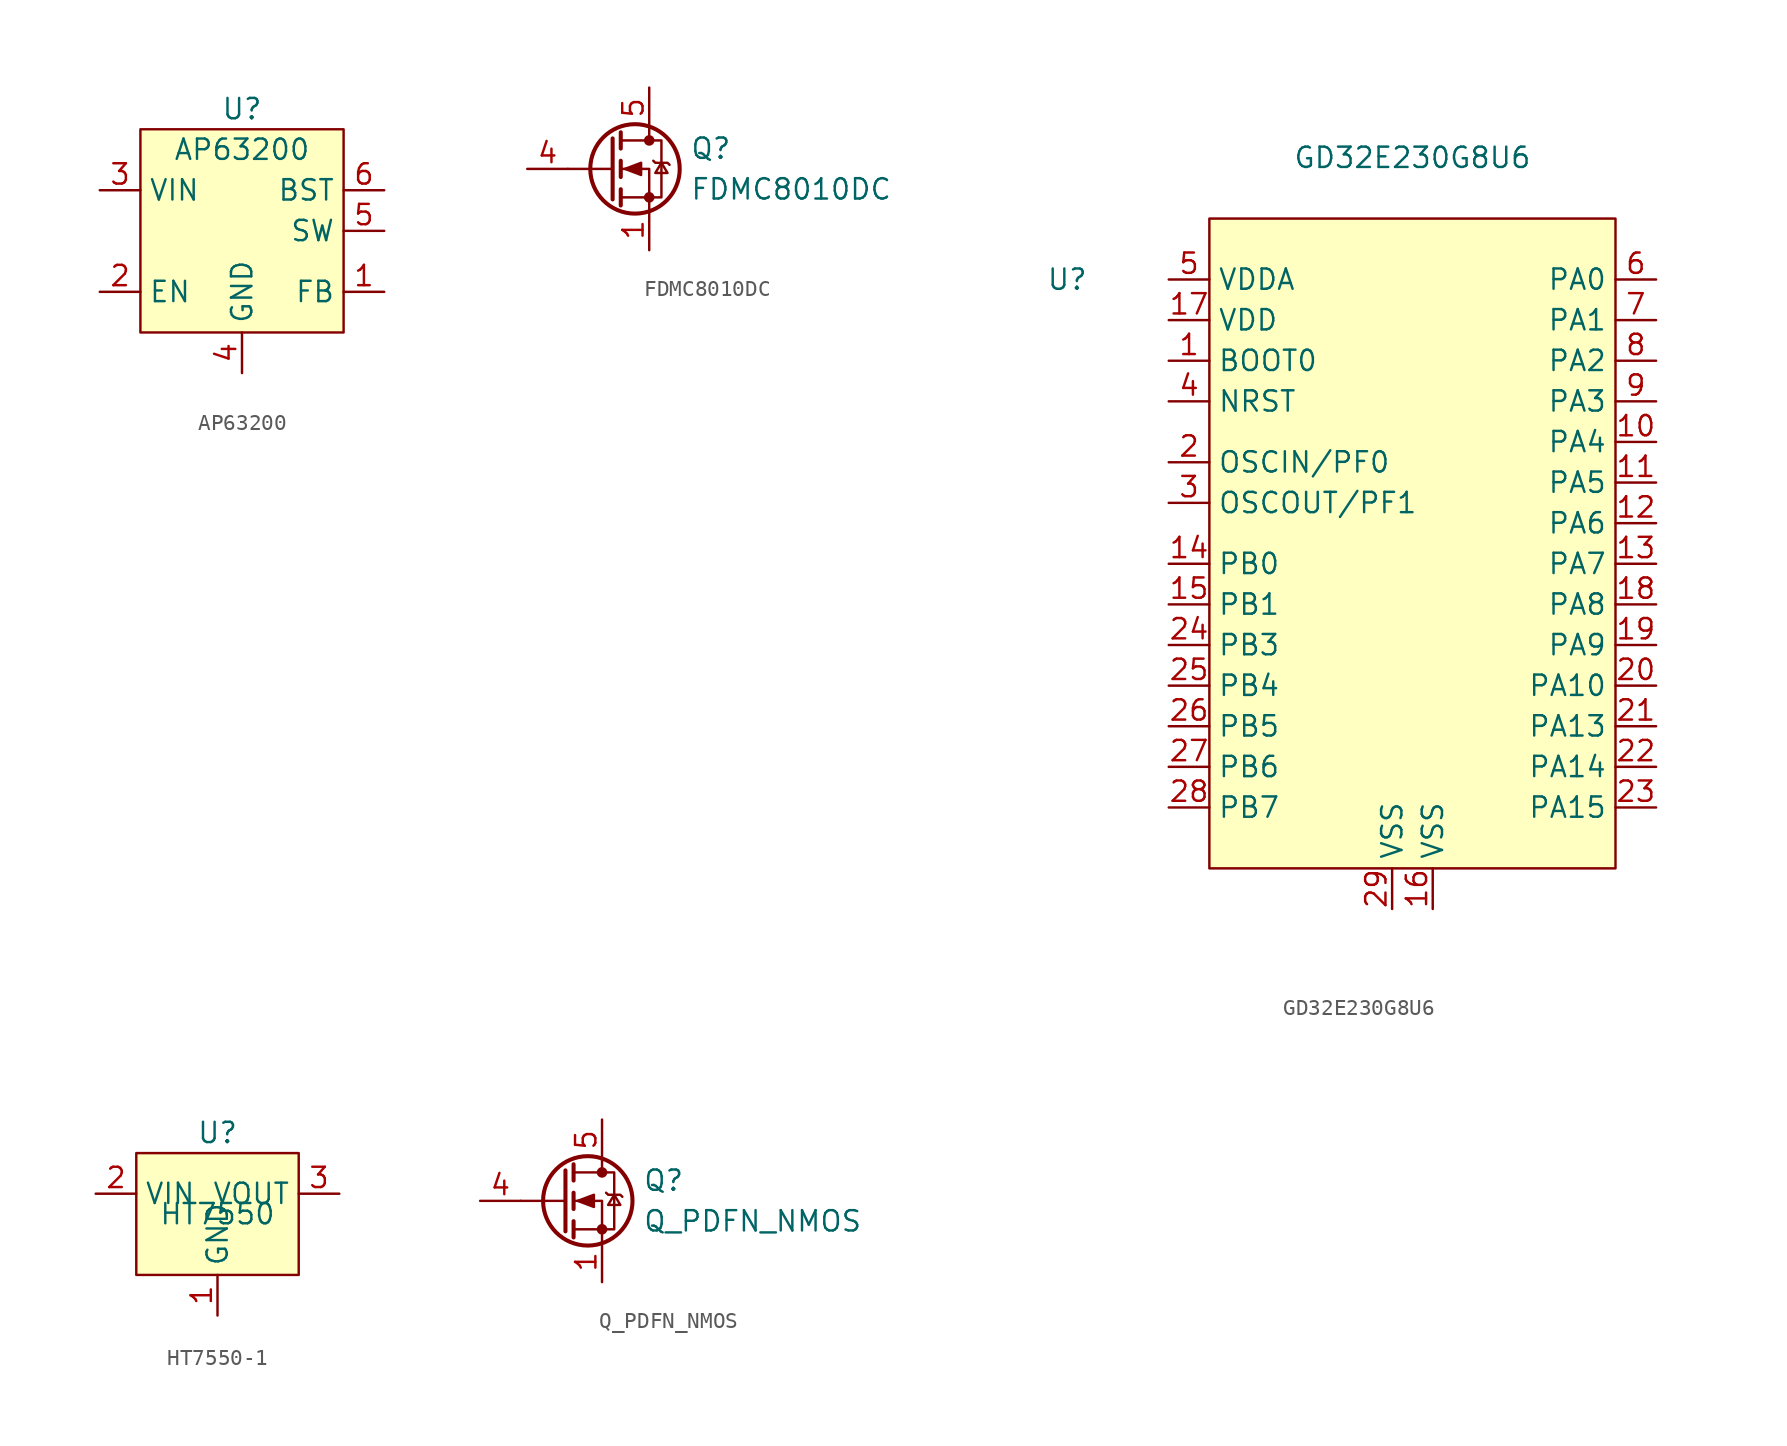
<source format=kicad_sym>
(kicad_symbol_lib
  (version 20220914)
  (generator kicad_symbol_editor)
  (symbol "AP63200"
    (property "Reference" "U"
      (at 0 6.35 0)
      (effects (font (size 1.27 1.27))))
    (property "Value" "AP63200"
      (at 0 3.81 0)
      (effects (font (size 1.27 1.27))))
    (symbol "AP63200_1_0"
      (pin input line (at 8.89 -5.08 180) (length 2.54) (name "FB" (effects (font (size 1.27 1.27)))) (number "1" (effects (font (size 1.27 1.27)))))
      (pin input line (at -8.89 -5.08 0) (length 2.54) (name "EN" (effects (font (size 1.27 1.27)))) (number "2" (effects (font (size 1.27 1.27)))))
      (pin power_in line (at -8.89 1.27 0) (length 2.54) (name "VIN" (effects (font (size 1.27 1.27)))) (number "3" (effects (font (size 1.27 1.27)))))
      (pin power_in line (at 0 -10.16 90) (length 2.54) (name "GND" (effects (font (size 1.27 1.27)))) (number "4" (effects (font (size 1.27 1.27)))))
      (pin power_out line (at 8.89 -1.27 180) (length 2.54) (name "SW" (effects (font (size 1.27 1.27)))) (number "5" (effects (font (size 1.27 1.27)))))
      (pin output line (at 8.89 1.27 180) (length 2.54) (name "BST" (effects (font (size 1.27 1.27)))) (number "6" (effects (font (size 1.27 1.27))))))
    (symbol "AP63200_1_1"
      (rectangle (start -6.35 5.08) (end 6.35 -7.62) (stroke (width 0) (type default)) (fill (type background)))))
  (symbol "FDMC8010DC"
    (pin_names
      (offset 0) hide)
    (property "Reference" "Q"
      (at 5.08 1.27 0)
      (effects (font (size 1.27 1.27)) (justify left)))
    (property "Value" "FDMC8010DC"
      (at 5.08 -1.27 0)
      (effects (font (size 1.27 1.27)) (justify left)))
    (symbol "FDMC8010DC_0_1"
      (polyline (pts (xy 0.254 0) (xy -2.54 0)) (stroke (width 0) (type default)) (fill (type none)))
      (polyline (pts (xy 0.254 1.905) (xy 0.254 -1.905)) (stroke (width 0.254) (type default)) (fill (type none)))
      (polyline (pts (xy 0.762 -1.27) (xy 0.762 -2.286)) (stroke (width 0.254) (type default)) (fill (type none)))
      (polyline (pts (xy 0.762 0.508) (xy 0.762 -0.508)) (stroke (width 0.254) (type default)) (fill (type none)))
      (polyline (pts (xy 0.762 2.286) (xy 0.762 1.27)) (stroke (width 0.254) (type default)) (fill (type none)))
      (polyline (pts (xy 2.54 2.54) (xy 2.54 1.778)) (stroke (width 0) (type default)) (fill (type none)))
      (polyline (pts (xy 2.54 -2.54) (xy 2.54 0) (xy 0.762 0)) (stroke (width 0) (type default)) (fill (type none)))
      (polyline (pts (xy 0.762 -1.778) (xy 3.302 -1.778) (xy 3.302 1.778) (xy 0.762 1.778)) (stroke (width 0) (type default)) (fill (type none)))
      (polyline (pts (xy 1.016 0) (xy 2.032 0.381) (xy 2.032 -0.381) (xy 1.016 0)) (stroke (width 0) (type default)) (fill (type outline)))
      (polyline (pts (xy 2.794 0.508) (xy 2.921 0.381) (xy 3.683 0.381) (xy 3.81 0.254)) (stroke (width 0) (type default)) (fill (type none)))
      (polyline (pts (xy 3.302 0.381) (xy 2.921 -0.254) (xy 3.683 -0.254) (xy 3.302 0.381)) (stroke (width 0) (type default)) (fill (type none)))
      (circle (center 1.651 0) (radius 2.794) (stroke (width 0.254) (type default)) (fill (type none)))
      (circle (center 2.54 -1.778) (radius 0.254) (stroke (width 0) (type default)) (fill (type outline)))
      (circle (center 2.54 1.778) (radius 0.254) (stroke (width 0) (type default)) (fill (type outline))))
    (symbol "FDMC8010DC_1_1"
      (pin passive line (at 2.54 -5.08 90) (length 2.54) (name "S" (effects (font (size 1.27 1.27)))) (number "1" (effects (font (size 1.27 1.27)))) (alternate "2" passive line) (alternate "3" passive line))
      (pin passive line (at 2.54 -5.08 90) (length 2.54) hide (name "S" (effects (font (size 1.27 1.27)))) (number "2" (effects (font (size 1.27 1.27)))) (alternate "2" passive line) (alternate "3" passive line))
      (pin passive line (at 2.54 -5.08 90) (length 2.54) hide (name "S" (effects (font (size 1.27 1.27)))) (number "3" (effects (font (size 1.27 1.27)))) (alternate "2" passive line) (alternate "3" passive line))
      (pin input line (at -5.08 0 0) (length 2.54) (name "G" (effects (font (size 1.27 1.27)))) (number "4" (effects (font (size 1.27 1.27)))))
      (pin passive line (at 2.54 5.08 270) (length 2.54) (name "D" (effects (font (size 1.27 1.27)))) (number "5" (effects (font (size 1.27 1.27)))))))
  (symbol "GD32E230G8U6"
    (property "Reference" "U"
      (at -21.59 16.51 0)
      (effects (font (size 1.27 1.27))))
    (property "Value" "GD32E230G8U6"
      (at 0 24.13 0)
      (effects (font (size 1.27 1.27))))
    (symbol "GD32E230G8U6_0_0"
      (pin power_in line (at -15.24 11.43 0) (length 2.54) (name "BOOT0" (effects (font (size 1.27 1.27)))) (number "1" (effects (font (size 1.27 1.27)))))
      (pin bidirectional line (at 15.24 6.35 180) (length 2.54) (name "PA4" (effects (font (size 1.27 1.27)))) (number "10" (effects (font (size 1.27 1.27)))))
      (pin bidirectional line (at 15.24 3.81 180) (length 2.54) (name "PA5" (effects (font (size 1.27 1.27)))) (number "11" (effects (font (size 1.27 1.27)))))
      (pin bidirectional line (at 15.24 1.27 180) (length 2.54) (name "PA6" (effects (font (size 1.27 1.27)))) (number "12" (effects (font (size 1.27 1.27)))))
      (pin bidirectional line (at 15.24 -1.27 180) (length 2.54) (name "PA7" (effects (font (size 1.27 1.27)))) (number "13" (effects (font (size 1.27 1.27)))))
      (pin bidirectional line (at -15.24 -1.27 0) (length 2.54) (name "PB0" (effects (font (size 1.27 1.27)))) (number "14" (effects (font (size 1.27 1.27)))))
      (pin bidirectional line (at -15.24 -3.81 0) (length 2.54) (name "PB1" (effects (font (size 1.27 1.27)))) (number "15" (effects (font (size 1.27 1.27)))))
      (pin power_in line (at 1.27 -22.86 90) (length 2.54) (name "VSS" (effects (font (size 1.27 1.27)))) (number "16" (effects (font (size 1.27 1.27)))))
      (pin power_in line (at -15.24 13.97 0) (length 2.54) (name "VDD" (effects (font (size 1.27 1.27)))) (number "17" (effects (font (size 1.27 1.27)))))
      (pin bidirectional line (at 15.24 -3.81 180) (length 2.54) (name "PA8" (effects (font (size 1.27 1.27)))) (number "18" (effects (font (size 1.27 1.27)))))
      (pin bidirectional line (at 15.24 -6.35 180) (length 2.54) (name "PA9" (effects (font (size 1.27 1.27)))) (number "19" (effects (font (size 1.27 1.27)))))
      (pin bidirectional line (at -15.24 5.08 0) (length 2.54) (name "OSCIN/PF0" (effects (font (size 1.27 1.27)))) (number "2" (effects (font (size 1.27 1.27)))))
      (pin bidirectional line (at 15.24 -8.89 180) (length 2.54) (name "PA10" (effects (font (size 1.27 1.27)))) (number "20" (effects (font (size 1.27 1.27)))))
      (pin bidirectional line (at 15.24 -11.43 180) (length 2.54) (name "PA13" (effects (font (size 1.27 1.27)))) (number "21" (effects (font (size 1.27 1.27)))))
      (pin bidirectional line (at 15.24 -13.97 180) (length 2.54) (name "PA14" (effects (font (size 1.27 1.27)))) (number "22" (effects (font (size 1.27 1.27)))))
      (pin bidirectional line (at 15.24 -16.51 180) (length 2.54) (name "PA15" (effects (font (size 1.27 1.27)))) (number "23" (effects (font (size 1.27 1.27)))))
      (pin bidirectional line (at -15.24 -6.35 0) (length 2.54) (name "PB3" (effects (font (size 1.27 1.27)))) (number "24" (effects (font (size 1.27 1.27)))))
      (pin bidirectional line (at -15.24 -8.89 0) (length 2.54) (name "PB4" (effects (font (size 1.27 1.27)))) (number "25" (effects (font (size 1.27 1.27)))))
      (pin bidirectional line (at -15.24 -11.43 0) (length 2.54) (name "PB5" (effects (font (size 1.27 1.27)))) (number "26" (effects (font (size 1.27 1.27)))))
      (pin bidirectional line (at -15.24 -13.97 0) (length 2.54) (name "PB6" (effects (font (size 1.27 1.27)))) (number "27" (effects (font (size 1.27 1.27)))))
      (pin bidirectional line (at -15.24 -16.51 0) (length 2.54) (name "PB7" (effects (font (size 1.27 1.27)))) (number "28" (effects (font (size 1.27 1.27)))))
      (pin bidirectional line (at -1.27 -22.86 90) (length 2.54) (name "VSS" (effects (font (size 1.27 1.27)))) (number "29" (effects (font (size 1.27 1.27)))))
      (pin bidirectional line (at -15.24 2.54 0) (length 2.54) (name "OSCOUT/PF1" (effects (font (size 1.27 1.27)))) (number "3" (effects (font (size 1.27 1.27)))))
      (pin input line (at -15.24 8.89 0) (length 2.54) (name "NRST" (effects (font (size 1.27 1.27)))) (number "4" (effects (font (size 1.27 1.27)))))
      (pin power_in line (at -15.24 16.51 0) (length 2.54) (name "VDDA" (effects (font (size 1.27 1.27)))) (number "5" (effects (font (size 1.27 1.27)))))
      (pin bidirectional line (at 15.24 16.51 180) (length 2.54) (name "PA0" (effects (font (size 1.27 1.27)))) (number "6" (effects (font (size 1.27 1.27)))))
      (pin bidirectional line (at 15.24 13.97 180) (length 2.54) (name "PA1" (effects (font (size 1.27 1.27)))) (number "7" (effects (font (size 1.27 1.27)))))
      (pin bidirectional line (at 15.24 11.43 180) (length 2.54) (name "PA2" (effects (font (size 1.27 1.27)))) (number "8" (effects (font (size 1.27 1.27)))))
      (pin bidirectional line (at 15.24 8.89 180) (length 2.54) (name "PA3" (effects (font (size 1.27 1.27)))) (number "9" (effects (font (size 1.27 1.27))))))
    (symbol "GD32E230G8U6_1_1"
      (rectangle (start -12.7 20.32) (end 12.7 -20.32) (stroke (width 0) (type default)) (fill (type background)))))
  (symbol "HT7550-1"
    (property "Reference" "U"
      (at 0 5.08 0)
      (effects (font (size 1.27 1.27))))
    (property "Value" "HT7550"
      (at 0 0 0)
      (effects (font (size 1.27 1.27))))
    (symbol "HT7550-1_0_0"
      (pin power_in line (at 0 -6.35 90) (length 2.54) (name "GND" (effects (font (size 1.27 1.27)))) (number "1" (effects (font (size 1.27 1.27)))))
      (pin power_in line (at -7.62 1.27 0) (length 2.54) (name "VIN" (effects (font (size 1.27 1.27)))) (number "2" (effects (font (size 1.27 1.27)))))
      (pin power_out line (at 7.62 1.27 180) (length 2.54) (name "VOUT" (effects (font (size 1.27 1.27)))) (number "3" (effects (font (size 1.27 1.27))))))
    (symbol "HT7550-1_1_1"
      (rectangle (start -5.08 3.81) (end 5.08 -3.81) (stroke (width 0) (type default)) (fill (type background)))))
  (symbol "Q_PDFN_NMOS"
    (pin_names
      (offset 0) hide)
    (property "Reference" "Q"
      (at 5.08 1.27 0)
      (effects (font (size 1.27 1.27)) (justify left)))
    (property "Value" "Q_PDFN_NMOS"
      (at 5.08 -1.27 0)
      (effects (font (size 1.27 1.27)) (justify left)))
    (symbol "Q_PDFN_NMOS_0_1"
      (polyline (pts (xy 0.254 0) (xy -2.54 0)) (stroke (width 0) (type default)) (fill (type none)))
      (polyline (pts (xy 0.254 1.905) (xy 0.254 -1.905)) (stroke (width 0.254) (type default)) (fill (type none)))
      (polyline (pts (xy 0.762 -1.27) (xy 0.762 -2.286)) (stroke (width 0.254) (type default)) (fill (type none)))
      (polyline (pts (xy 0.762 0.508) (xy 0.762 -0.508)) (stroke (width 0.254) (type default)) (fill (type none)))
      (polyline (pts (xy 0.762 2.286) (xy 0.762 1.27)) (stroke (width 0.254) (type default)) (fill (type none)))
      (polyline (pts (xy 2.54 2.54) (xy 2.54 1.778)) (stroke (width 0) (type default)) (fill (type none)))
      (polyline (pts (xy 2.54 -2.54) (xy 2.54 0) (xy 0.762 0)) (stroke (width 0) (type default)) (fill (type none)))
      (polyline (pts (xy 0.762 -1.778) (xy 3.302 -1.778) (xy 3.302 1.778) (xy 0.762 1.778)) (stroke (width 0) (type default)) (fill (type none)))
      (polyline (pts (xy 1.016 0) (xy 2.032 0.381) (xy 2.032 -0.381) (xy 1.016 0)) (stroke (width 0) (type default)) (fill (type outline)))
      (polyline (pts (xy 2.794 0.508) (xy 2.921 0.381) (xy 3.683 0.381) (xy 3.81 0.254)) (stroke (width 0) (type default)) (fill (type none)))
      (polyline (pts (xy 3.302 0.381) (xy 2.921 -0.254) (xy 3.683 -0.254) (xy 3.302 0.381)) (stroke (width 0) (type default)) (fill (type none)))
      (circle (center 1.651 0) (radius 2.794) (stroke (width 0.254) (type default)) (fill (type none)))
      (circle (center 2.54 -1.778) (radius 0.254) (stroke (width 0) (type default)) (fill (type outline)))
      (circle (center 2.54 1.778) (radius 0.254) (stroke (width 0) (type default)) (fill (type outline))))
    (symbol "Q_PDFN_NMOS_1_1"
      (pin passive line (at 2.54 -5.08 90) (length 2.54) (name "S" (effects (font (size 1.27 1.27)))) (number "1" (effects (font (size 1.27 1.27)))) (alternate "2" passive line) (alternate "3" passive line))
      (pin passive line (at 2.54 -5.08 90) (length 2.54) hide (name "S" (effects (font (size 1.27 1.27)))) (number "2" (effects (font (size 1.27 1.27)))) (alternate "2" passive line) (alternate "3" passive line))
      (pin passive line (at 2.54 -5.08 90) (length 2.54) hide (name "S" (effects (font (size 1.27 1.27)))) (number "3" (effects (font (size 1.27 1.27)))) (alternate "2" passive line) (alternate "3" passive line))
      (pin input line (at -5.08 0 0) (length 2.54) (name "G" (effects (font (size 1.27 1.27)))) (number "4" (effects (font (size 1.27 1.27)))))
      (pin passive line (at 2.54 5.08 270) (length 2.54) (name "D" (effects (font (size 1.27 1.27)))) (number "5" (effects (font (size 1.27 1.27))))))))
</source>
